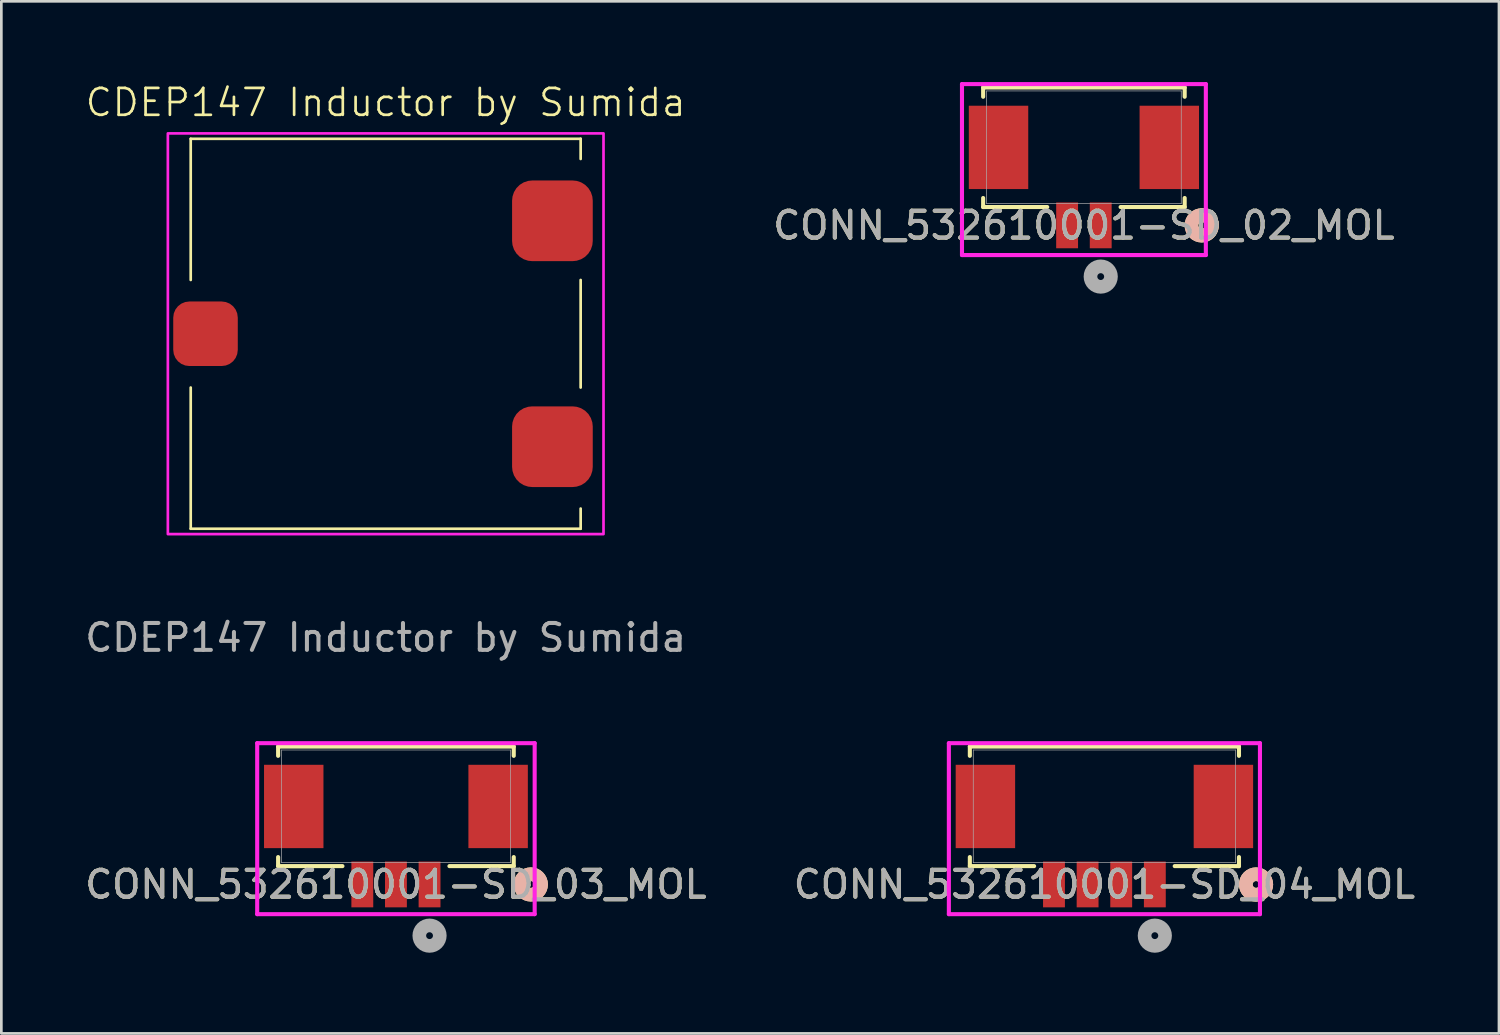
<source format=kicad_pcb>
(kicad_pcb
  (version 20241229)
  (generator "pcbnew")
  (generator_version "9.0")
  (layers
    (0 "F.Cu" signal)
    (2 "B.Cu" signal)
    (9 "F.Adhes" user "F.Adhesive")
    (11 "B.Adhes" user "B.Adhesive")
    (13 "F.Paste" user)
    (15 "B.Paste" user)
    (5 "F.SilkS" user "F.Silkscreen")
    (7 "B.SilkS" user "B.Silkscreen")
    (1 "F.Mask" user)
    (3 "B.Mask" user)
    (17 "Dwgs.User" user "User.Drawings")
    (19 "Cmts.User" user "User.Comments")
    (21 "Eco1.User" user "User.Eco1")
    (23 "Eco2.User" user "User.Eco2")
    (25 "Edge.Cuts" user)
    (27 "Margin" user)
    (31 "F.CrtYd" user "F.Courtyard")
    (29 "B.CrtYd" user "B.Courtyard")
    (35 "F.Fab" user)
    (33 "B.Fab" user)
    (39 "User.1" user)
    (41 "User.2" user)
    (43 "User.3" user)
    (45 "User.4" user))
  (footprint "CONN_532610001-SD_04_MOL"
    (layer "F.Cu")
    (at 38.018 26.934)
    (property "Reference" "CONN_532610001-SD_04_MOL" (at 0 2.905 0) (unlocked yes) (layer "F.SilkS") (effects (font (size 1 1) (thickness 0.15))))
    (attr smd)
    (fp_line (start -5.004 -2.223) (end -5.004 -1.878) (stroke (width 0.152) (type solid)) (layer "F.SilkS"))
    (fp_line (start -5.004 1.887) (end -5.004 2.223) (stroke (width 0.152) (type solid)) (layer "F.SilkS"))
    (fp_line (start -5.004 2.223) (end -2.614 2.223) (stroke (width 0.152) (type solid)) (layer "F.SilkS"))
    (fp_line (start 2.614 2.223) (end 5.004 2.223) (stroke (width 0.152) (type solid)) (layer "F.SilkS"))
    (fp_line (start 5.004 -2.223) (end -5.004 -2.223) (stroke (width 0.152) (type solid)) (layer "F.SilkS"))
    (fp_line (start 5.004 -1.878) (end 5.004 -2.223) (stroke (width 0.152) (type solid)) (layer "F.SilkS"))
    (fp_line (start 5.004 2.223) (end 5.004 1.887) (stroke (width 0.152) (type solid)) (layer "F.SilkS"))
    (fp_circle (center 5.639 2.905) (end 6.02 2.905) (stroke (width 0.508) (type solid)) (fill no) (layer "F.SilkS"))
    (fp_circle (center 5.639 2.905) (end 6.02 2.905) (stroke (width 0.508) (type solid)) (fill no) (layer "B.SilkS"))
    (fp_line (start -5.784 -2.349) (end -5.784 4.009) (stroke (width 0.152) (type solid)) (layer "F.CrtYd"))
    (fp_line (start -5.784 4.009) (end 5.784 4.009) (stroke (width 0.152) (type solid)) (layer "F.CrtYd"))
    (fp_line (start 5.784 -2.349) (end -5.784 -2.349) (stroke (width 0.152) (type solid)) (layer "F.CrtYd"))
    (fp_line (start 5.784 4.009) (end 5.784 -2.349) (stroke (width 0.152) (type solid)) (layer "F.CrtYd"))
    (fp_line (start -4.877 -2.095) (end -4.877 2.095) (stroke (width 0.025) (type solid)) (layer "F.Fab"))
    (fp_line (start -4.877 2.095) (end 4.877 2.095) (stroke (width 0.025) (type solid)) (layer "F.Fab"))
    (fp_line (start 4.877 -2.095) (end -4.877 -2.095) (stroke (width 0.025) (type solid)) (layer "F.Fab"))
    (fp_line (start 4.877 2.095) (end 4.877 -2.095) (stroke (width 0.025) (type solid)) (layer "F.Fab"))
    (fp_circle (center 1.875 4.809) (end 2.256 4.809) (stroke (width 0.508) (type solid)) (fill no) (layer "F.Fab"))
    (fp_text user "${REFERENCE}" (at 0 2.905 0) (unlocked yes) (layer "F.Fab") (effects (font (size 1 1) (thickness 0.15))))
    (pad "1" smd rect (at 1.875 2.905) (size 0.813 1.702) (layers "F.Cu" "F.Mask" "F.Paste"))
    (pad "2" smd rect (at 0.625 2.905) (size 0.813 1.702) (layers "F.Cu" "F.Mask" "F.Paste"))
    (pad "3" smd rect (at -0.625 2.905) (size 0.813 1.702) (layers "F.Cu" "F.Mask" "F.Paste"))
    (pad "4" smd rect (at -1.875 2.905) (size 0.813 1.702) (layers "F.Cu" "F.Mask" "F.Paste"))
    (pad "5" smd rect (at -4.425 0.005) (size 2.21 3.099) (layers "F.Cu" "F.Mask" "F.Paste"))
    (pad "5" smd rect (at 4.425 0.005) (size 2.21 3.099) (layers "F.Cu" "F.Mask" "F.Paste")))
  (footprint "CONN_532610001-SD_02_MOL"
    (layer "F.Cu")
    (at 37.256 2.426)
    (property "Reference" "CONN_532610001-SD_02_MOL" (at 0 2.905 0) (unlocked yes) (layer "F.SilkS") (effects (font (size 1 1) (thickness 0.15))))
    (attr smd)
    (fp_line (start -3.747 -2.223) (end -3.747 -1.878) (stroke (width 0.152) (type solid)) (layer "F.SilkS"))
    (fp_line (start -3.747 1.887) (end -3.747 2.223) (stroke (width 0.152) (type solid)) (layer "F.SilkS"))
    (fp_line (start -3.747 2.223) (end -1.364 2.223) (stroke (width 0.152) (type solid)) (layer "F.SilkS"))
    (fp_line (start 1.364 2.223) (end 3.747 2.223) (stroke (width 0.152) (type solid)) (layer "F.SilkS"))
    (fp_line (start 3.747 -2.223) (end -3.747 -2.223) (stroke (width 0.152) (type solid)) (layer "F.SilkS"))
    (fp_line (start 3.747 -1.878) (end 3.747 -2.223) (stroke (width 0.152) (type solid)) (layer "F.SilkS"))
    (fp_line (start 3.747 2.223) (end 3.747 1.887) (stroke (width 0.152) (type solid)) (layer "F.SilkS"))
    (fp_circle (center 4.381 2.905) (end 4.763 2.905) (stroke (width 0.508) (type solid)) (fill no) (layer "F.SilkS"))
    (fp_circle (center 4.381 2.905) (end 4.763 2.905) (stroke (width 0.508) (type solid)) (fill no) (layer "B.SilkS"))
    (fp_line (start -4.534 -2.349) (end -4.534 4.009) (stroke (width 0.152) (type solid)) (layer "F.CrtYd"))
    (fp_line (start -4.534 4.009) (end 4.534 4.009) (stroke (width 0.152) (type solid)) (layer "F.CrtYd"))
    (fp_line (start 4.534 -2.349) (end -4.534 -2.349) (stroke (width 0.152) (type solid)) (layer "F.CrtYd"))
    (fp_line (start 4.534 4.009) (end 4.534 -2.349) (stroke (width 0.152) (type solid)) (layer "F.CrtYd"))
    (fp_line (start -3.619 -2.095) (end -3.619 2.095) (stroke (width 0.025) (type solid)) (layer "F.Fab"))
    (fp_line (start -3.619 2.095) (end 3.619 2.095) (stroke (width 0.025) (type solid)) (layer "F.Fab"))
    (fp_line (start 3.619 -2.095) (end -3.619 -2.095) (stroke (width 0.025) (type solid)) (layer "F.Fab"))
    (fp_line (start 3.619 2.095) (end 3.619 -2.095) (stroke (width 0.025) (type solid)) (layer "F.Fab"))
    (fp_circle (center 0.625 4.809) (end 1.006 4.809) (stroke (width 0.508) (type solid)) (fill no) (layer "F.Fab"))
    (fp_text user "${REFERENCE}" (at 0 2.905 0) (unlocked yes) (layer "F.Fab") (effects (font (size 1 1) (thickness 0.15))))
    (pad "1" smd rect (at 0.625 2.905) (size 0.813 1.702) (layers "F.Cu" "F.Mask" "F.Paste"))
    (pad "2" smd rect (at -0.625 2.905) (size 0.813 1.702) (layers "F.Cu" "F.Mask" "F.Paste"))
    (pad "3" smd rect (at -3.175 0.005) (size 2.21 3.099) (layers "F.Cu" "F.Mask" "F.Paste"))
    (pad "3" smd rect (at 3.175 0.005) (size 2.21 3.099) (layers "F.Cu" "F.Mask" "F.Paste")))
  (footprint "CONN_532610001-SD_03_MOL"
    (layer "F.Cu")
    (at 11.673 26.934)
    (property "Reference" "CONN_532610001-SD_03_MOL" (at 0 2.905 0) (unlocked yes) (layer "F.SilkS") (effects (font (size 1 1) (thickness 0.15))))
    (attr smd)
    (fp_line (start -4.381 -2.223) (end -4.381 -1.878) (stroke (width 0.152) (type solid)) (layer "F.SilkS"))
    (fp_line (start -4.381 1.887) (end -4.381 2.223) (stroke (width 0.152) (type solid)) (layer "F.SilkS"))
    (fp_line (start -4.381 2.223) (end -1.989 2.223) (stroke (width 0.152) (type solid)) (layer "F.SilkS"))
    (fp_line (start 1.989 2.223) (end 4.381 2.223) (stroke (width 0.152) (type solid)) (layer "F.SilkS"))
    (fp_line (start 4.381 -2.223) (end -4.381 -2.223) (stroke (width 0.152) (type solid)) (layer "F.SilkS"))
    (fp_line (start 4.381 -1.878) (end 4.381 -2.223) (stroke (width 0.152) (type solid)) (layer "F.SilkS"))
    (fp_line (start 4.381 2.223) (end 4.381 1.887) (stroke (width 0.152) (type solid)) (layer "F.SilkS"))
    (fp_circle (center 5.016 2.905) (end 5.397 2.905) (stroke (width 0.508) (type solid)) (fill no) (layer "F.SilkS"))
    (fp_circle (center 5.016 2.905) (end 5.397 2.905) (stroke (width 0.508) (type solid)) (fill no) (layer "B.SilkS"))
    (fp_line (start -5.159 -2.349) (end -5.159 4.009) (stroke (width 0.152) (type solid)) (layer "F.CrtYd"))
    (fp_line (start -5.159 4.009) (end 5.159 4.009) (stroke (width 0.152) (type solid)) (layer "F.CrtYd"))
    (fp_line (start 5.159 -2.349) (end -5.159 -2.349) (stroke (width 0.152) (type solid)) (layer "F.CrtYd"))
    (fp_line (start 5.159 4.009) (end 5.159 -2.349) (stroke (width 0.152) (type solid)) (layer "F.CrtYd"))
    (fp_line (start -4.255 -2.095) (end -4.255 2.095) (stroke (width 0.025) (type solid)) (layer "F.Fab"))
    (fp_line (start -4.255 2.095) (end 4.255 2.095) (stroke (width 0.025) (type solid)) (layer "F.Fab"))
    (fp_line (start 4.255 -2.095) (end -4.255 -2.095) (stroke (width 0.025) (type solid)) (layer "F.Fab"))
    (fp_line (start 4.255 2.095) (end 4.255 -2.095) (stroke (width 0.025) (type solid)) (layer "F.Fab"))
    (fp_circle (center 1.25 4.809) (end 1.631 4.809) (stroke (width 0.508) (type solid)) (fill no) (layer "F.Fab"))
    (fp_text user "${REFERENCE}" (at 0 2.905 0) (unlocked yes) (layer "F.Fab") (effects (font (size 1 1) (thickness 0.15))))
    (pad "1" smd rect (at 1.25 2.905) (size 0.813 1.702) (layers "F.Cu" "F.Mask" "F.Paste"))
    (pad "2" smd rect (at 0 2.905) (size 0.813 1.702) (layers "F.Cu" "F.Mask" "F.Paste"))
    (pad "3" smd rect (at -1.25 2.905) (size 0.813 1.702) (layers "F.Cu" "F.Mask" "F.Paste"))
    (pad "4" smd rect (at -3.8 0.005) (size 2.21 3.099) (layers "F.Cu" "F.Mask" "F.Paste"))
    (pad "4" smd rect (at 3.8 0.005) (size 2.21 3.099) (layers "F.Cu" "F.Mask" "F.Paste")))
  (footprint "CDEP147 Inductor by Sumida"
    (layer "F.Cu")
    (at 11.292 9.361)
    (property "Reference" "CDEP147 Inductor by Sumida" (at 0 -8.6 0) (unlocked yes) (layer "F.SilkS") (effects (font (size 1 1) (thickness 0.1))))
    (attr smd)
    (fp_line (start -7.25 -7.25) (end -7.25 -2) (stroke (width 0.1) (type default)) (layer "F.SilkS"))
    (fp_line (start -7.25 2) (end -7.25 7.25) (stroke (width 0.1) (type default)) (layer "F.SilkS"))
    (fp_line (start -7.25 7.25) (end 7.25 7.25) (stroke (width 0.1) (type default)) (layer "F.SilkS"))
    (fp_line (start 7.25 -7.25) (end -7.25 -7.25) (stroke (width 0.1) (type default)) (layer "F.SilkS"))
    (fp_line (start 7.25 -7.25) (end 7.25 -6.5) (stroke (width 0.1) (type default)) (layer "F.SilkS"))
    (fp_line (start 7.25 2) (end 7.25 -2) (stroke (width 0.1) (type default)) (layer "F.SilkS"))
    (fp_line (start 7.25 7.25) (end 7.25 6.5) (stroke (width 0.1) (type default)) (layer "F.SilkS"))
    (fp_rect (start 8.1 7.45) (end -8.1 -7.45) (stroke (width 0.1) (type default)) (fill no) (layer "F.CrtYd"))
    (fp_text user "${REFERENCE}" (at 0 11.3 0) (unlocked yes) (layer "F.Fab") (effects (font (size 1 1) (thickness 0.15))))
    (pad "1" smd roundrect (at 6.2 -4.2) (size 3 3) (layers "F.Cu" "F.Mask" "F.Paste") (roundrect_rratio 0.25))
    (pad "2" smd roundrect (at 6.2 4.2) (size 3 3) (layers "F.Cu" "F.Mask" "F.Paste") (roundrect_rratio 0.25))
    (pad "3" smd roundrect (at -6.7 0) (size 2.4 2.4) (layers "F.Cu" "F.Mask" "F.Paste") (roundrect_rratio 0.25)))
  (gr_rect
    (start -3 -3)
    (end 52.69 35.379)
    (stroke (width 0.1) (type default))
    (fill no)
    (layer "Edge.Cuts")))
</source>
